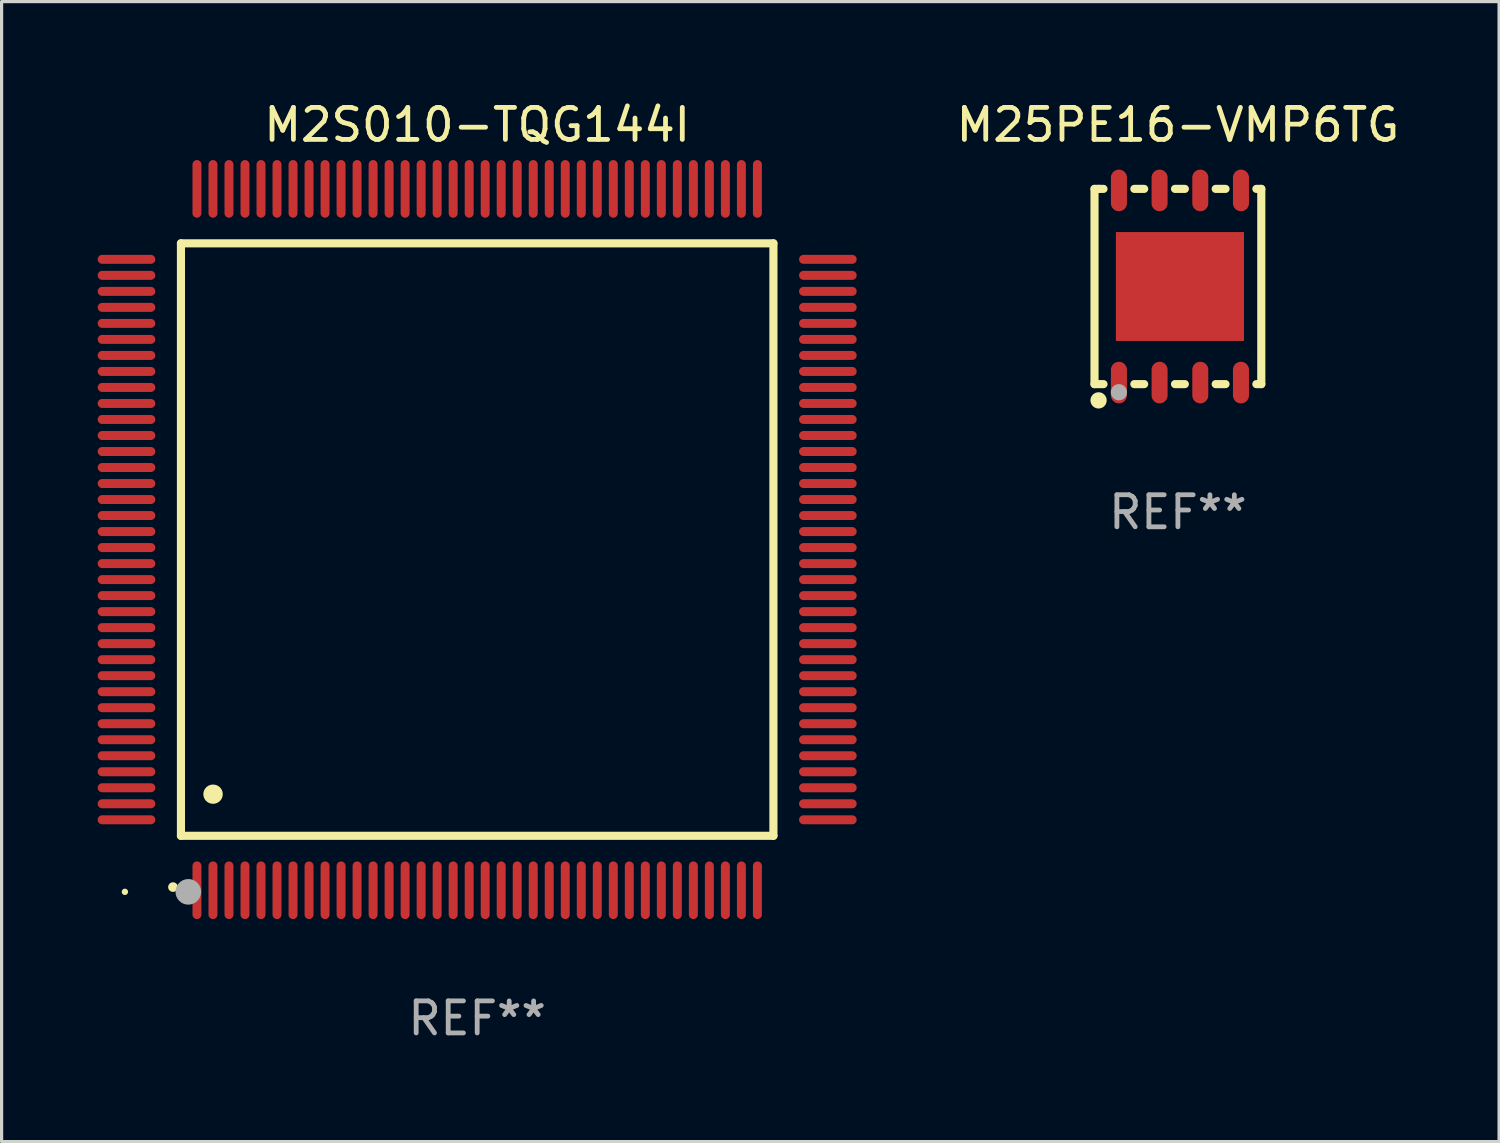
<source format=kicad_pcb>
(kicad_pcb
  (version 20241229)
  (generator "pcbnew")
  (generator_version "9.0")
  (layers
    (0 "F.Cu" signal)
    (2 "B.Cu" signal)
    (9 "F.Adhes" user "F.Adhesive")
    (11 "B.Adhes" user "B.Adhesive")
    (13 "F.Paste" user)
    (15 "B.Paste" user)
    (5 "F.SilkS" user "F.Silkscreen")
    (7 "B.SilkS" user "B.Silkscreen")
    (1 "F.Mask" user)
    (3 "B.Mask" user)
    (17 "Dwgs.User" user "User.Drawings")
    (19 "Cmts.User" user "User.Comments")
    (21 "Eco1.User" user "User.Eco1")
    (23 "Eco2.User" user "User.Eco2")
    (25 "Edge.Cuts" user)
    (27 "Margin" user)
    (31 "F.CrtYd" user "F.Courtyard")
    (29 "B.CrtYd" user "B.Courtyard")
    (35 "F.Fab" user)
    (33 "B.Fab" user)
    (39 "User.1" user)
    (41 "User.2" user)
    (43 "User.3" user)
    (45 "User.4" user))
  (footprint "M2S010-TQG144I"
    (layer "F.Cu")
    (at 11.85 13.798)
    (property "Reference" "M2S010-TQG144I" (at 0 -12.95 0) (layer "F.SilkS") (effects (font (size 1 1) (thickness 0.15))))
    (attr through_hole)
    (fp_line (start -9.25 -9.25) (end -9.25 9.25) (stroke (width 0.254) (type solid)) (layer "F.SilkS"))
    (fp_line (start -9.25 9.25) (end 9.25 9.25) (stroke (width 0.254) (type solid)) (layer "F.SilkS"))
    (fp_line (start 9.25 -9.25) (end -9.25 -9.25) (stroke (width 0.254) (type solid)) (layer "F.SilkS"))
    (fp_line (start 9.25 9.25) (end 9.25 -9.25) (stroke (width 0.254) (type solid)) (layer "F.SilkS"))
    (fp_arc (start -9.499619 10.850902) (mid -9.498349 10.850897) (end -9.497079 10.850902) (stroke (width 0.3) (type solid)) (layer "F.SilkS"))
    (fp_arc (start -8.249936 7.950216) (mid -8.247396 7.950205) (end -8.244856 7.950216) (stroke (width 0.6) (type solid)) (layer "F.SilkS"))
    (fp_circle (center -11 11) (end -10.95 11) (stroke (width 0.1) (type solid)) (fill no) (layer "F.SilkS"))
    (fp_circle (center -9.02 11) (end -8.82 11) (stroke (width 0.4) (type solid)) (fill no) (layer "F.Fab"))
    (fp_text user "REF**" (at 0 14.95 0) (layer "F.Fab") (effects (font (size 1 1) (thickness 0.15))))
    (pad "1" smd oval (at -8.75 10.95) (size 0.28 1.8) (layers "F.Cu" "F.Mask" "F.Paste"))
    (pad "2" smd oval (at -8.25 10.95) (size 0.28 1.8) (layers "F.Cu" "F.Mask" "F.Paste"))
    (pad "3" smd oval (at -7.75 10.95) (size 0.28 1.8) (layers "F.Cu" "F.Mask" "F.Paste"))
    (pad "4" smd oval (at -7.25 10.95) (size 0.28 1.8) (layers "F.Cu" "F.Mask" "F.Paste"))
    (pad "5" smd oval (at -6.75 10.95) (size 0.28 1.8) (layers "F.Cu" "F.Mask" "F.Paste"))
    (pad "6" smd oval (at -6.25 10.95) (size 0.28 1.8) (layers "F.Cu" "F.Mask" "F.Paste"))
    (pad "7" smd oval (at -5.75 10.95) (size 0.28 1.8) (layers "F.Cu" "F.Mask" "F.Paste"))
    (pad "8" smd oval (at -5.25 10.95) (size 0.28 1.8) (layers "F.Cu" "F.Mask" "F.Paste"))
    (pad "9" smd oval (at -4.75 10.95) (size 0.28 1.8) (layers "F.Cu" "F.Mask" "F.Paste"))
    (pad "10" smd oval (at -4.25 10.95) (size 0.28 1.8) (layers "F.Cu" "F.Mask" "F.Paste"))
    (pad "11" smd oval (at -3.75 10.95) (size 0.28 1.8) (layers "F.Cu" "F.Mask" "F.Paste"))
    (pad "12" smd oval (at -3.25 10.95) (size 0.28 1.8) (layers "F.Cu" "F.Mask" "F.Paste"))
    (pad "13" smd oval (at -2.75 10.95) (size 0.28 1.8) (layers "F.Cu" "F.Mask" "F.Paste"))
    (pad "14" smd oval (at -2.25 10.95) (size 0.28 1.8) (layers "F.Cu" "F.Mask" "F.Paste"))
    (pad "15" smd oval (at -1.75 10.95) (size 0.28 1.8) (layers "F.Cu" "F.Mask" "F.Paste"))
    (pad "16" smd oval (at -1.25 10.95) (size 0.28 1.8) (layers "F.Cu" "F.Mask" "F.Paste"))
    (pad "17" smd oval (at -0.75 10.95) (size 0.28 1.8) (layers "F.Cu" "F.Mask" "F.Paste"))
    (pad "18" smd oval (at -0.25 10.95) (size 0.28 1.8) (layers "F.Cu" "F.Mask" "F.Paste"))
    (pad "19" smd oval (at 0.25 10.95) (size 0.28 1.8) (layers "F.Cu" "F.Mask" "F.Paste"))
    (pad "20" smd oval (at 0.75 10.95) (size 0.28 1.8) (layers "F.Cu" "F.Mask" "F.Paste"))
    (pad "21" smd oval (at 1.25 10.95) (size 0.28 1.8) (layers "F.Cu" "F.Mask" "F.Paste"))
    (pad "22" smd oval (at 1.75 10.95) (size 0.28 1.8) (layers "F.Cu" "F.Mask" "F.Paste"))
    (pad "23" smd oval (at 2.25 10.95) (size 0.28 1.8) (layers "F.Cu" "F.Mask" "F.Paste"))
    (pad "24" smd oval (at 2.75 10.95) (size 0.28 1.8) (layers "F.Cu" "F.Mask" "F.Paste"))
    (pad "25" smd oval (at 3.25 10.95) (size 0.28 1.8) (layers "F.Cu" "F.Mask" "F.Paste"))
    (pad "26" smd oval (at 3.75 10.95) (size 0.28 1.8) (layers "F.Cu" "F.Mask" "F.Paste"))
    (pad "27" smd oval (at 4.25 10.95) (size 0.28 1.8) (layers "F.Cu" "F.Mask" "F.Paste"))
    (pad "28" smd oval (at 4.75 10.95) (size 0.28 1.8) (layers "F.Cu" "F.Mask" "F.Paste"))
    (pad "29" smd oval (at 5.25 10.95) (size 0.28 1.8) (layers "F.Cu" "F.Mask" "F.Paste"))
    (pad "30" smd oval (at 5.75 10.95) (size 0.28 1.8) (layers "F.Cu" "F.Mask" "F.Paste"))
    (pad "31" smd oval (at 6.25 10.95) (size 0.28 1.8) (layers "F.Cu" "F.Mask" "F.Paste"))
    (pad "32" smd oval (at 6.75 10.95) (size 0.28 1.8) (layers "F.Cu" "F.Mask" "F.Paste"))
    (pad "33" smd oval (at 7.25 10.95) (size 0.28 1.8) (layers "F.Cu" "F.Mask" "F.Paste"))
    (pad "34" smd oval (at 7.75 10.95) (size 0.28 1.8) (layers "F.Cu" "F.Mask" "F.Paste"))
    (pad "35" smd oval (at 8.25 10.95) (size 0.28 1.8) (layers "F.Cu" "F.Mask" "F.Paste"))
    (pad "36" smd oval (at 8.75 10.95) (size 0.28 1.8) (layers "F.Cu" "F.Mask" "F.Paste"))
    (pad "37" smd oval (at 10.95 8.75) (size 1.8 0.28) (layers "F.Cu" "F.Mask" "F.Paste"))
    (pad "38" smd oval (at 10.95 8.25) (size 1.8 0.28) (layers "F.Cu" "F.Mask" "F.Paste"))
    (pad "39" smd oval (at 10.95 7.75) (size 1.8 0.28) (layers "F.Cu" "F.Mask" "F.Paste"))
    (pad "40" smd oval (at 10.95 7.25) (size 1.8 0.28) (layers "F.Cu" "F.Mask" "F.Paste"))
    (pad "41" smd oval (at 10.95 6.75) (size 1.8 0.28) (layers "F.Cu" "F.Mask" "F.Paste"))
    (pad "42" smd oval (at 10.95 6.25) (size 1.8 0.28) (layers "F.Cu" "F.Mask" "F.Paste"))
    (pad "43" smd oval (at 10.95 5.75) (size 1.8 0.28) (layers "F.Cu" "F.Mask" "F.Paste"))
    (pad "44" smd oval (at 10.95 5.25) (size 1.8 0.28) (layers "F.Cu" "F.Mask" "F.Paste"))
    (pad "45" smd oval (at 10.95 4.75) (size 1.8 0.28) (layers "F.Cu" "F.Mask" "F.Paste"))
    (pad "46" smd oval (at 10.95 4.25) (size 1.8 0.28) (layers "F.Cu" "F.Mask" "F.Paste"))
    (pad "47" smd oval (at 10.95 3.75) (size 1.8 0.28) (layers "F.Cu" "F.Mask" "F.Paste"))
    (pad "48" smd oval (at 10.95 3.25) (size 1.8 0.28) (layers "F.Cu" "F.Mask" "F.Paste"))
    (pad "49" smd oval (at 10.95 2.75) (size 1.8 0.28) (layers "F.Cu" "F.Mask" "F.Paste"))
    (pad "50" smd oval (at 10.95 2.25) (size 1.8 0.28) (layers "F.Cu" "F.Mask" "F.Paste"))
    (pad "51" smd oval (at 10.95 1.75) (size 1.8 0.28) (layers "F.Cu" "F.Mask" "F.Paste"))
    (pad "52" smd oval (at 10.95 1.25) (size 1.8 0.28) (layers "F.Cu" "F.Mask" "F.Paste"))
    (pad "53" smd oval (at 10.95 0.75) (size 1.8 0.28) (layers "F.Cu" "F.Mask" "F.Paste"))
    (pad "54" smd oval (at 10.95 0.25) (size 1.8 0.28) (layers "F.Cu" "F.Mask" "F.Paste"))
    (pad "55" smd oval (at 10.95 -0.25) (size 1.8 0.28) (layers "F.Cu" "F.Mask" "F.Paste"))
    (pad "56" smd oval (at 10.95 -0.75) (size 1.8 0.28) (layers "F.Cu" "F.Mask" "F.Paste"))
    (pad "57" smd oval (at 10.95 -1.25) (size 1.8 0.28) (layers "F.Cu" "F.Mask" "F.Paste"))
    (pad "58" smd oval (at 10.95 -1.75) (size 1.8 0.28) (layers "F.Cu" "F.Mask" "F.Paste"))
    (pad "59" smd oval (at 10.95 -2.25) (size 1.8 0.28) (layers "F.Cu" "F.Mask" "F.Paste"))
    (pad "60" smd oval (at 10.95 -2.75) (size 1.8 0.28) (layers "F.Cu" "F.Mask" "F.Paste"))
    (pad "61" smd oval (at 10.95 -3.25) (size 1.8 0.28) (layers "F.Cu" "F.Mask" "F.Paste"))
    (pad "62" smd oval (at 10.95 -3.75) (size 1.8 0.28) (layers "F.Cu" "F.Mask" "F.Paste"))
    (pad "63" smd oval (at 10.95 -4.25) (size 1.8 0.28) (layers "F.Cu" "F.Mask" "F.Paste"))
    (pad "64" smd oval (at 10.95 -4.75) (size 1.8 0.28) (layers "F.Cu" "F.Mask" "F.Paste"))
    (pad "65" smd oval (at 10.95 -5.25) (size 1.8 0.28) (layers "F.Cu" "F.Mask" "F.Paste"))
    (pad "66" smd oval (at 10.95 -5.75) (size 1.8 0.28) (layers "F.Cu" "F.Mask" "F.Paste"))
    (pad "67" smd oval (at 10.95 -6.25) (size 1.8 0.28) (layers "F.Cu" "F.Mask" "F.Paste"))
    (pad "68" smd oval (at 10.95 -6.75) (size 1.8 0.28) (layers "F.Cu" "F.Mask" "F.Paste"))
    (pad "69" smd oval (at 10.95 -7.25) (size 1.8 0.28) (layers "F.Cu" "F.Mask" "F.Paste"))
    (pad "70" smd oval (at 10.95 -7.75) (size 1.8 0.28) (layers "F.Cu" "F.Mask" "F.Paste"))
    (pad "71" smd oval (at 10.95 -8.25) (size 1.8 0.28) (layers "F.Cu" "F.Mask" "F.Paste"))
    (pad "72" smd oval (at 10.95 -8.75) (size 1.8 0.28) (layers "F.Cu" "F.Mask" "F.Paste"))
    (pad "73" smd oval (at 8.75 -10.95) (size 0.28 1.8) (layers "F.Cu" "F.Mask" "F.Paste"))
    (pad "74" smd oval (at 8.25 -10.95) (size 0.28 1.8) (layers "F.Cu" "F.Mask" "F.Paste"))
    (pad "75" smd oval (at 7.75 -10.95) (size 0.28 1.8) (layers "F.Cu" "F.Mask" "F.Paste"))
    (pad "76" smd oval (at 7.25 -10.95) (size 0.28 1.8) (layers "F.Cu" "F.Mask" "F.Paste"))
    (pad "77" smd oval (at 6.75 -10.95) (size 0.28 1.8) (layers "F.Cu" "F.Mask" "F.Paste"))
    (pad "78" smd oval (at 6.25 -10.95) (size 0.28 1.8) (layers "F.Cu" "F.Mask" "F.Paste"))
    (pad "79" smd oval (at 5.75 -10.95) (size 0.28 1.8) (layers "F.Cu" "F.Mask" "F.Paste"))
    (pad "80" smd oval (at 5.25 -10.95) (size 0.28 1.8) (layers "F.Cu" "F.Mask" "F.Paste"))
    (pad "81" smd oval (at 4.75 -10.95) (size 0.28 1.8) (layers "F.Cu" "F.Mask" "F.Paste"))
    (pad "82" smd oval (at 4.25 -10.95) (size 0.28 1.8) (layers "F.Cu" "F.Mask" "F.Paste"))
    (pad "83" smd oval (at 3.75 -10.95) (size 0.28 1.8) (layers "F.Cu" "F.Mask" "F.Paste"))
    (pad "84" smd oval (at 3.25 -10.95) (size 0.28 1.8) (layers "F.Cu" "F.Mask" "F.Paste"))
    (pad "85" smd oval (at 2.75 -10.95) (size 0.28 1.8) (layers "F.Cu" "F.Mask" "F.Paste"))
    (pad "86" smd oval (at 2.25 -10.95) (size 0.28 1.8) (layers "F.Cu" "F.Mask" "F.Paste"))
    (pad "87" smd oval (at 1.75 -10.95) (size 0.28 1.8) (layers "F.Cu" "F.Mask" "F.Paste"))
    (pad "88" smd oval (at 1.25 -10.95) (size 0.28 1.8) (layers "F.Cu" "F.Mask" "F.Paste"))
    (pad "89" smd oval (at 0.75 -10.95) (size 0.28 1.8) (layers "F.Cu" "F.Mask" "F.Paste"))
    (pad "90" smd oval (at 0.25 -10.95) (size 0.28 1.8) (layers "F.Cu" "F.Mask" "F.Paste"))
    (pad "91" smd oval (at -0.25 -10.95) (size 0.28 1.8) (layers "F.Cu" "F.Mask" "F.Paste"))
    (pad "92" smd oval (at -0.75 -10.95) (size 0.28 1.8) (layers "F.Cu" "F.Mask" "F.Paste"))
    (pad "93" smd oval (at -1.25 -10.95) (size 0.28 1.8) (layers "F.Cu" "F.Mask" "F.Paste"))
    (pad "94" smd oval (at -1.75 -10.95) (size 0.28 1.8) (layers "F.Cu" "F.Mask" "F.Paste"))
    (pad "95" smd oval (at -2.25 -10.95) (size 0.28 1.8) (layers "F.Cu" "F.Mask" "F.Paste"))
    (pad "96" smd oval (at -2.75 -10.95) (size 0.28 1.8) (layers "F.Cu" "F.Mask" "F.Paste"))
    (pad "97" smd oval (at -3.25 -10.95) (size 0.28 1.8) (layers "F.Cu" "F.Mask" "F.Paste"))
    (pad "98" smd oval (at -3.75 -10.95) (size 0.28 1.8) (layers "F.Cu" "F.Mask" "F.Paste"))
    (pad "99" smd oval (at -4.25 -10.95) (size 0.28 1.8) (layers "F.Cu" "F.Mask" "F.Paste"))
    (pad "100" smd oval (at -4.75 -10.95) (size 0.28 1.8) (layers "F.Cu" "F.Mask" "F.Paste"))
    (pad "101" smd oval (at -5.25 -10.95) (size 0.28 1.8) (layers "F.Cu" "F.Mask" "F.Paste"))
    (pad "102" smd oval (at -5.75 -10.95) (size 0.28 1.8) (layers "F.Cu" "F.Mask" "F.Paste"))
    (pad "103" smd oval (at -6.25 -10.95) (size 0.28 1.8) (layers "F.Cu" "F.Mask" "F.Paste"))
    (pad "104" smd oval (at -6.75 -10.95) (size 0.28 1.8) (layers "F.Cu" "F.Mask" "F.Paste"))
    (pad "105" smd oval (at -7.25 -10.95) (size 0.28 1.8) (layers "F.Cu" "F.Mask" "F.Paste"))
    (pad "106" smd oval (at -7.75 -10.95) (size 0.28 1.8) (layers "F.Cu" "F.Mask" "F.Paste"))
    (pad "107" smd oval (at -8.25 -10.95) (size 0.28 1.8) (layers "F.Cu" "F.Mask" "F.Paste"))
    (pad "108" smd oval (at -8.75 -10.95) (size 0.28 1.8) (layers "F.Cu" "F.Mask" "F.Paste"))
    (pad "109" smd oval (at -10.95 -8.75) (size 1.8 0.28) (layers "F.Cu" "F.Mask" "F.Paste"))
    (pad "110" smd oval (at -10.95 -8.25) (size 1.8 0.28) (layers "F.Cu" "F.Mask" "F.Paste"))
    (pad "111" smd oval (at -10.95 -7.75) (size 1.8 0.28) (layers "F.Cu" "F.Mask" "F.Paste"))
    (pad "112" smd oval (at -10.95 -7.25) (size 1.8 0.28) (layers "F.Cu" "F.Mask" "F.Paste"))
    (pad "113" smd oval (at -10.95 -6.75) (size 1.8 0.28) (layers "F.Cu" "F.Mask" "F.Paste"))
    (pad "114" smd oval (at -10.95 -6.25) (size 1.8 0.28) (layers "F.Cu" "F.Mask" "F.Paste"))
    (pad "115" smd oval (at -10.95 -5.75) (size 1.8 0.28) (layers "F.Cu" "F.Mask" "F.Paste"))
    (pad "116" smd oval (at -10.95 -5.25) (size 1.8 0.28) (layers "F.Cu" "F.Mask" "F.Paste"))
    (pad "117" smd oval (at -10.95 -4.75) (size 1.8 0.28) (layers "F.Cu" "F.Mask" "F.Paste"))
    (pad "118" smd oval (at -10.95 -4.25) (size 1.8 0.28) (layers "F.Cu" "F.Mask" "F.Paste"))
    (pad "119" smd oval (at -10.95 -3.75) (size 1.8 0.28) (layers "F.Cu" "F.Mask" "F.Paste"))
    (pad "120" smd oval (at -10.95 -3.25) (size 1.8 0.28) (layers "F.Cu" "F.Mask" "F.Paste"))
    (pad "121" smd oval (at -10.95 -2.75) (size 1.8 0.28) (layers "F.Cu" "F.Mask" "F.Paste"))
    (pad "122" smd oval (at -10.95 -2.25) (size 1.8 0.28) (layers "F.Cu" "F.Mask" "F.Paste"))
    (pad "123" smd oval (at -10.95 -1.75) (size 1.8 0.28) (layers "F.Cu" "F.Mask" "F.Paste"))
    (pad "124" smd oval (at -10.95 -1.25) (size 1.8 0.28) (layers "F.Cu" "F.Mask" "F.Paste"))
    (pad "125" smd oval (at -10.95 -0.75) (size 1.8 0.28) (layers "F.Cu" "F.Mask" "F.Paste"))
    (pad "126" smd oval (at -10.95 -0.25) (size 1.8 0.28) (layers "F.Cu" "F.Mask" "F.Paste"))
    (pad "127" smd oval (at -10.95 0.25) (size 1.8 0.28) (layers "F.Cu" "F.Mask" "F.Paste"))
    (pad "128" smd oval (at -10.95 0.75) (size 1.8 0.28) (layers "F.Cu" "F.Mask" "F.Paste"))
    (pad "129" smd oval (at -10.95 1.25) (size 1.8 0.28) (layers "F.Cu" "F.Mask" "F.Paste"))
    (pad "130" smd oval (at -10.95 1.75) (size 1.8 0.28) (layers "F.Cu" "F.Mask" "F.Paste"))
    (pad "131" smd oval (at -10.95 2.25) (size 1.8 0.28) (layers "F.Cu" "F.Mask" "F.Paste"))
    (pad "132" smd oval (at -10.95 2.75) (size 1.8 0.28) (layers "F.Cu" "F.Mask" "F.Paste"))
    (pad "133" smd oval (at -10.95 3.25) (size 1.8 0.28) (layers "F.Cu" "F.Mask" "F.Paste"))
    (pad "134" smd oval (at -10.95 3.75) (size 1.8 0.28) (layers "F.Cu" "F.Mask" "F.Paste"))
    (pad "135" smd oval (at -10.95 4.25) (size 1.8 0.28) (layers "F.Cu" "F.Mask" "F.Paste"))
    (pad "136" smd oval (at -10.95 4.75) (size 1.8 0.28) (layers "F.Cu" "F.Mask" "F.Paste"))
    (pad "137" smd oval (at -10.95 5.25) (size 1.8 0.28) (layers "F.Cu" "F.Mask" "F.Paste"))
    (pad "138" smd oval (at -10.95 5.75) (size 1.8 0.28) (layers "F.Cu" "F.Mask" "F.Paste"))
    (pad "139" smd oval (at -10.95 6.25) (size 1.8 0.28) (layers "F.Cu" "F.Mask" "F.Paste"))
    (pad "140" smd oval (at -10.95 6.75) (size 1.8 0.28) (layers "F.Cu" "F.Mask" "F.Paste"))
    (pad "141" smd oval (at -10.95 7.25) (size 1.8 0.28) (layers "F.Cu" "F.Mask" "F.Paste"))
    (pad "142" smd oval (at -10.95 7.75) (size 1.8 0.28) (layers "F.Cu" "F.Mask" "F.Paste"))
    (pad "143" smd oval (at -10.95 8.25) (size 1.8 0.28) (layers "F.Cu" "F.Mask" "F.Paste"))
    (pad "144" smd oval (at -10.95 8.75) (size 1.8 0.28) (layers "F.Cu" "F.Mask" "F.Paste")))
  (footprint "M25PE16-VMP6TG"
    (layer "F.Cu")
    (at 33.73 5.896)
    (property "Reference" "M25PE16-VMP6TG" (at 0 -5.048 0) (layer "F.SilkS") (effects (font (size 1 1) (thickness 0.15))))
    (attr through_hole)
    (fp_line (start -2.604 -3.048) (end -2.477 -3.048) (stroke (width 0.254) (type solid)) (layer "F.SilkS"))
    (fp_line (start -2.604 3.048) (end -2.604 -3.048) (stroke (width 0.254) (type solid)) (layer "F.SilkS"))
    (fp_line (start -2.477 -3.048) (end -2.323 -3.048) (stroke (width 0.254) (type solid)) (layer "F.SilkS"))
    (fp_line (start -2.323 3.048) (end -2.604 3.048) (stroke (width 0.254) (type solid)) (layer "F.SilkS"))
    (fp_line (start -1.36 -3.048) (end -1.053 -3.048) (stroke (width 0.254) (type solid)) (layer "F.SilkS"))
    (fp_line (start -1.053 3.048) (end -1.36 3.048) (stroke (width 0.254) (type solid)) (layer "F.SilkS"))
    (fp_line (start -0.09 -3.048) (end 0.217 -3.048) (stroke (width 0.254) (type solid)) (layer "F.SilkS"))
    (fp_line (start 0.217 3.048) (end -0.09 3.048) (stroke (width 0.254) (type solid)) (layer "F.SilkS"))
    (fp_line (start 1.18 -3.048) (end 1.487 -3.048) (stroke (width 0.254) (type solid)) (layer "F.SilkS"))
    (fp_line (start 1.487 3.048) (end 1.18 3.048) (stroke (width 0.254) (type solid)) (layer "F.SilkS"))
    (fp_line (start 2.45 -3.048) (end 2.604 -3.048) (stroke (width 0.254) (type solid)) (layer "F.SilkS"))
    (fp_line (start 2.604 -3.048) (end 2.604 3.048) (stroke (width 0.254) (type solid)) (layer "F.SilkS"))
    (fp_line (start 2.604 3.048) (end 2.45 3.048) (stroke (width 0.254) (type solid)) (layer "F.SilkS"))
    (fp_circle (center -2.477 3.556) (end -2.35 3.556) (stroke (width 0.254) (type solid)) (fill no) (layer "F.SilkS"))
    (fp_circle (center -2.436 3) (end -2.406 3) (stroke (width 0.06) (type solid)) (fill no) (layer "F.SilkS"))
    (fp_circle (center -1.842 3.302) (end -1.715 3.302) (stroke (width 0.254) (type solid)) (fill no) (layer "F.Fab"))
    (fp_text user "REF**" (at 0 7.048 0) (layer "F.Fab") (effects (font (size 1 1) (thickness 0.15))))
    (pad "1" smd oval (at -1.842 3) (size 0.5 1.3) (layers "F.Cu" "F.Mask" "F.Paste"))
    (pad "2" smd oval (at -0.572 3) (size 0.5 1.3) (layers "F.Cu" "F.Mask" "F.Paste"))
    (pad "3" smd oval (at 0.699 3) (size 0.5 1.3) (layers "F.Cu" "F.Mask" "F.Paste"))
    (pad "4" smd oval (at 1.969 3) (size 0.5 1.3) (layers "F.Cu" "F.Mask" "F.Paste"))
    (pad "5" smd oval (at 1.969 -3) (size 0.5 1.3) (layers "F.Cu" "F.Mask" "F.Paste"))
    (pad "6" smd oval (at 0.699 -3) (size 0.5 1.3) (layers "F.Cu" "F.Mask" "F.Paste"))
    (pad "7" smd oval (at -0.572 -3) (size 0.5 1.3) (layers "F.Cu" "F.Mask" "F.Paste"))
    (pad "8" smd oval (at -1.842 -3) (size 0.5 1.3) (layers "F.Cu" "F.Mask" "F.Paste"))
    (pad "9" smd rect (at 0.064 0) (size 4 3.4) (layers "F.Cu" "F.Mask" "F.Paste")))
  (gr_rect
    (start -3 -3)
    (end 43.759 32.596)
    (stroke (width 0.1) (type default))
    (fill no)
    (layer "Edge.Cuts")))
</source>
